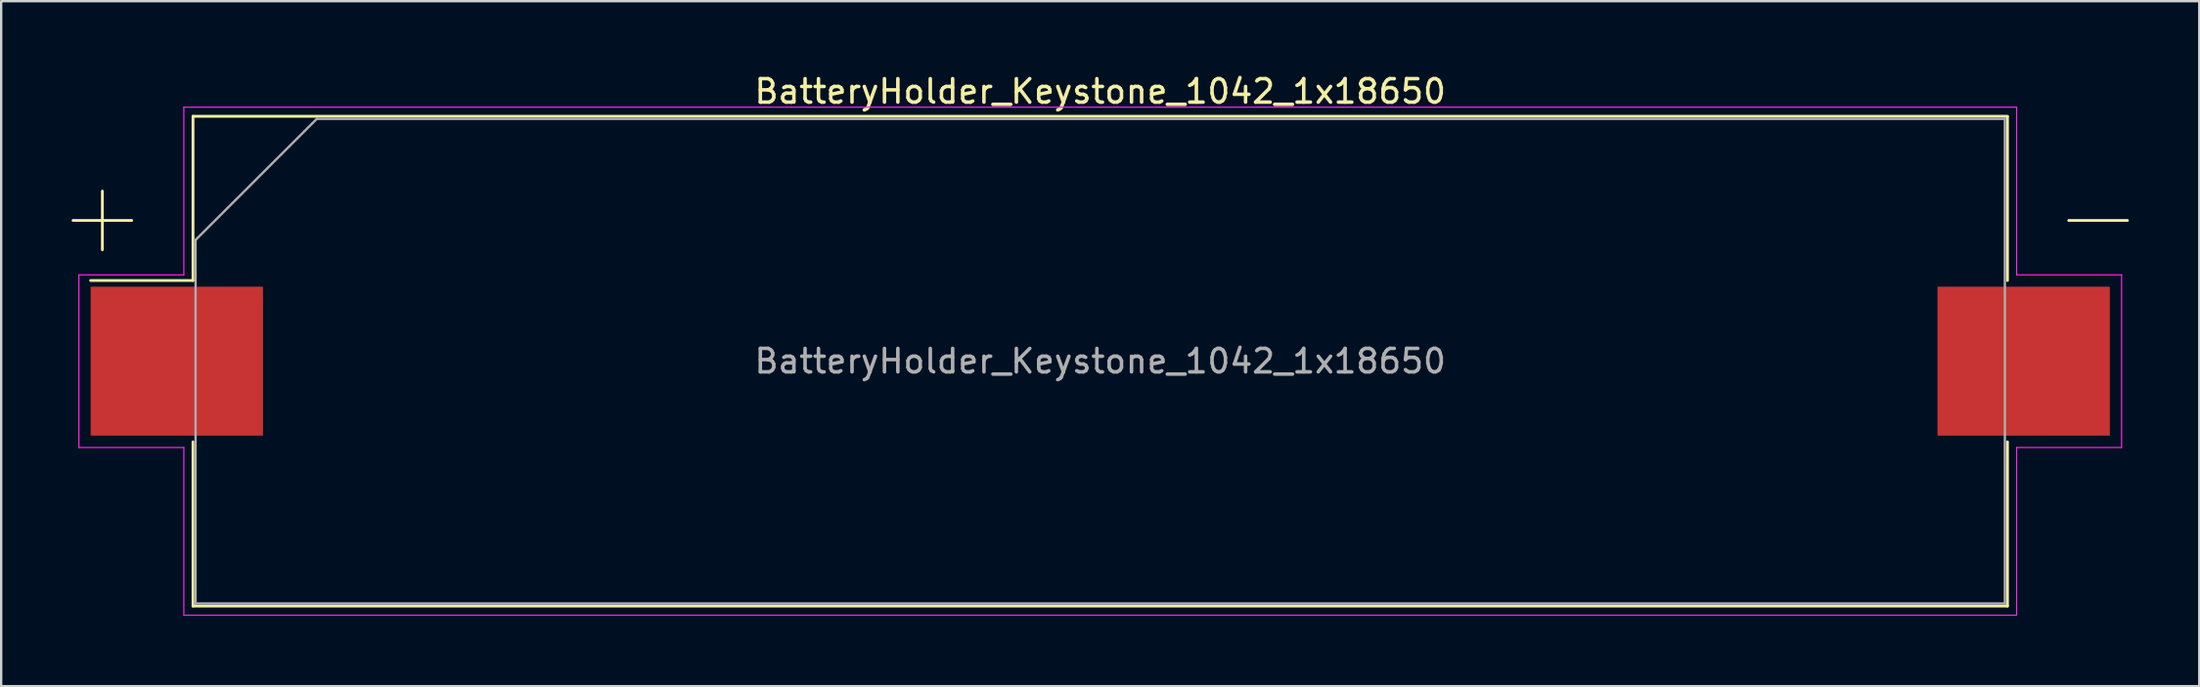
<source format=kicad_pcb>
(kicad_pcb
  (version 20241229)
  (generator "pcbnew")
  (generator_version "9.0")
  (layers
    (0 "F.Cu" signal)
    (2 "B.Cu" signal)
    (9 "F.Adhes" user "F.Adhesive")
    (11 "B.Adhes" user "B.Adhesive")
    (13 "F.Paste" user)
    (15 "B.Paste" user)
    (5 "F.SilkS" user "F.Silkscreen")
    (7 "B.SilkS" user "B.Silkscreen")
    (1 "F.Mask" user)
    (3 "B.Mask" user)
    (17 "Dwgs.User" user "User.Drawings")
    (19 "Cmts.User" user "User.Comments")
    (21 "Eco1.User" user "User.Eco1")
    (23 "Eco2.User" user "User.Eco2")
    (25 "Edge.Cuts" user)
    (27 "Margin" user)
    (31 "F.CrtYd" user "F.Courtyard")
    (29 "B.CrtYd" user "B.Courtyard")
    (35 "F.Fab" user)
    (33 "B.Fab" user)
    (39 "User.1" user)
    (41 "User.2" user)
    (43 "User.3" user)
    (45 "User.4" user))
  (footprint "BatteryHolder_Keystone_1042_1x18650"
    (layer "F.Cu")
    (at 43.81 12.348)
    (property "Reference" "BatteryHolder_Keystone_1042_1x18650" (at 0 -11.5 0) (layer "F.SilkS") (effects (font (size 1 1) (thickness 0.15))))
    (attr smd)
    (fp_line (start -43.75 -6) (end -41.25 -6) (stroke (width 0.12) (type solid)) (layer "F.SilkS"))
    (fp_line (start -42.5 -4.75) (end -42.5 -7.25) (stroke (width 0.12) (type solid)) (layer "F.SilkS"))
    (fp_line (start -38.64 -10.44) (end -38.64 -3.44) (stroke (width 0.12) (type solid)) (layer "F.SilkS"))
    (fp_line (start -38.64 -3.44) (end -43 -3.44) (stroke (width 0.12) (type solid)) (layer "F.SilkS"))
    (fp_line (start -38.64 10.44) (end -38.64 3.44) (stroke (width 0.12) (type solid)) (layer "F.SilkS"))
    (fp_line (start 38.64 -10.44) (end -38.64 -10.44) (stroke (width 0.12) (type solid)) (layer "F.SilkS"))
    (fp_line (start 38.64 -3.44) (end 38.64 -10.42) (stroke (width 0.12) (type solid)) (layer "F.SilkS"))
    (fp_line (start 38.64 3.44) (end 38.64 10.44) (stroke (width 0.12) (type solid)) (layer "F.SilkS"))
    (fp_line (start 38.64 10.44) (end -38.64 10.44) (stroke (width 0.12) (type solid)) (layer "F.SilkS"))
    (fp_line (start 43.75 -6) (end 41.25 -6) (stroke (width 0.12) (type solid)) (layer "F.SilkS"))
    (fp_line (start -43.5 -3.68) (end -39.03 -3.68) (stroke (width 0.05) (type solid)) (layer "F.CrtYd"))
    (fp_line (start -43.5 3.68) (end -43.5 -3.68) (stroke (width 0.05) (type solid)) (layer "F.CrtYd"))
    (fp_line (start -39.03 -10.83) (end -39.03 -3.68) (stroke (width 0.05) (type solid)) (layer "F.CrtYd"))
    (fp_line (start -39.03 -10.83) (end 39.03 -10.83) (stroke (width 0.05) (type solid)) (layer "F.CrtYd"))
    (fp_line (start -39.03 3.68) (end -43.5 3.68) (stroke (width 0.05) (type solid)) (layer "F.CrtYd"))
    (fp_line (start -39.03 10.83) (end -39.03 3.68) (stroke (width 0.05) (type solid)) (layer "F.CrtYd"))
    (fp_line (start -39.03 10.83) (end 39.03 10.83) (stroke (width 0.05) (type solid)) (layer "F.CrtYd"))
    (fp_line (start 39.03 -10.83) (end 39.03 -3.68) (stroke (width 0.05) (type solid)) (layer "F.CrtYd"))
    (fp_line (start 39.03 3.68) (end 43.5 3.68) (stroke (width 0.05) (type solid)) (layer "F.CrtYd"))
    (fp_line (start 39.03 10.83) (end 39.03 3.68) (stroke (width 0.05) (type solid)) (layer "F.CrtYd"))
    (fp_line (start 43.5 -3.68) (end 39.03 -3.68) (stroke (width 0.05) (type solid)) (layer "F.CrtYd"))
    (fp_line (start 43.5 3.68) (end 43.5 -3.68) (stroke (width 0.05) (type solid)) (layer "F.CrtYd"))
    (fp_line (start -38.53 -5.168) (end -38.53 10.33) (stroke (width 0.1) (type solid)) (layer "F.Fab"))
    (fp_line (start -38.53 10.33) (end 38.53 10.33) (stroke (width 0.1) (type solid)) (layer "F.Fab"))
    (fp_line (start -33.367 -10.33) (end -38.53 -5.168) (stroke (width 0.1) (type solid)) (layer "F.Fab"))
    (fp_line (start -33.367 -10.33) (end 38.53 -10.33) (stroke (width 0.1) (type solid)) (layer "F.Fab"))
    (fp_line (start 38.53 -10.33) (end 38.53 10.33) (stroke (width 0.1) (type solid)) (layer "F.Fab"))
    (fp_text user "${REFERENCE}" (at 0 0 0) (layer "F.Fab") (effects (font (size 1 1) (thickness 0.15))))
    (pad "1" smd rect (at -39.33 0) (size 7.34 6.35) (layers "F.Cu" "F.Mask" "F.Paste"))
    (pad "2" smd rect (at 39.33 0) (size 7.34 6.35) (layers "F.Cu" "F.Mask" "F.Paste")))
  (gr_rect
    (start -3 -3)
    (end 90.62 26.203)
    (stroke (width 0.1) (type default))
    (fill no)
    (layer "Edge.Cuts")))
</source>
